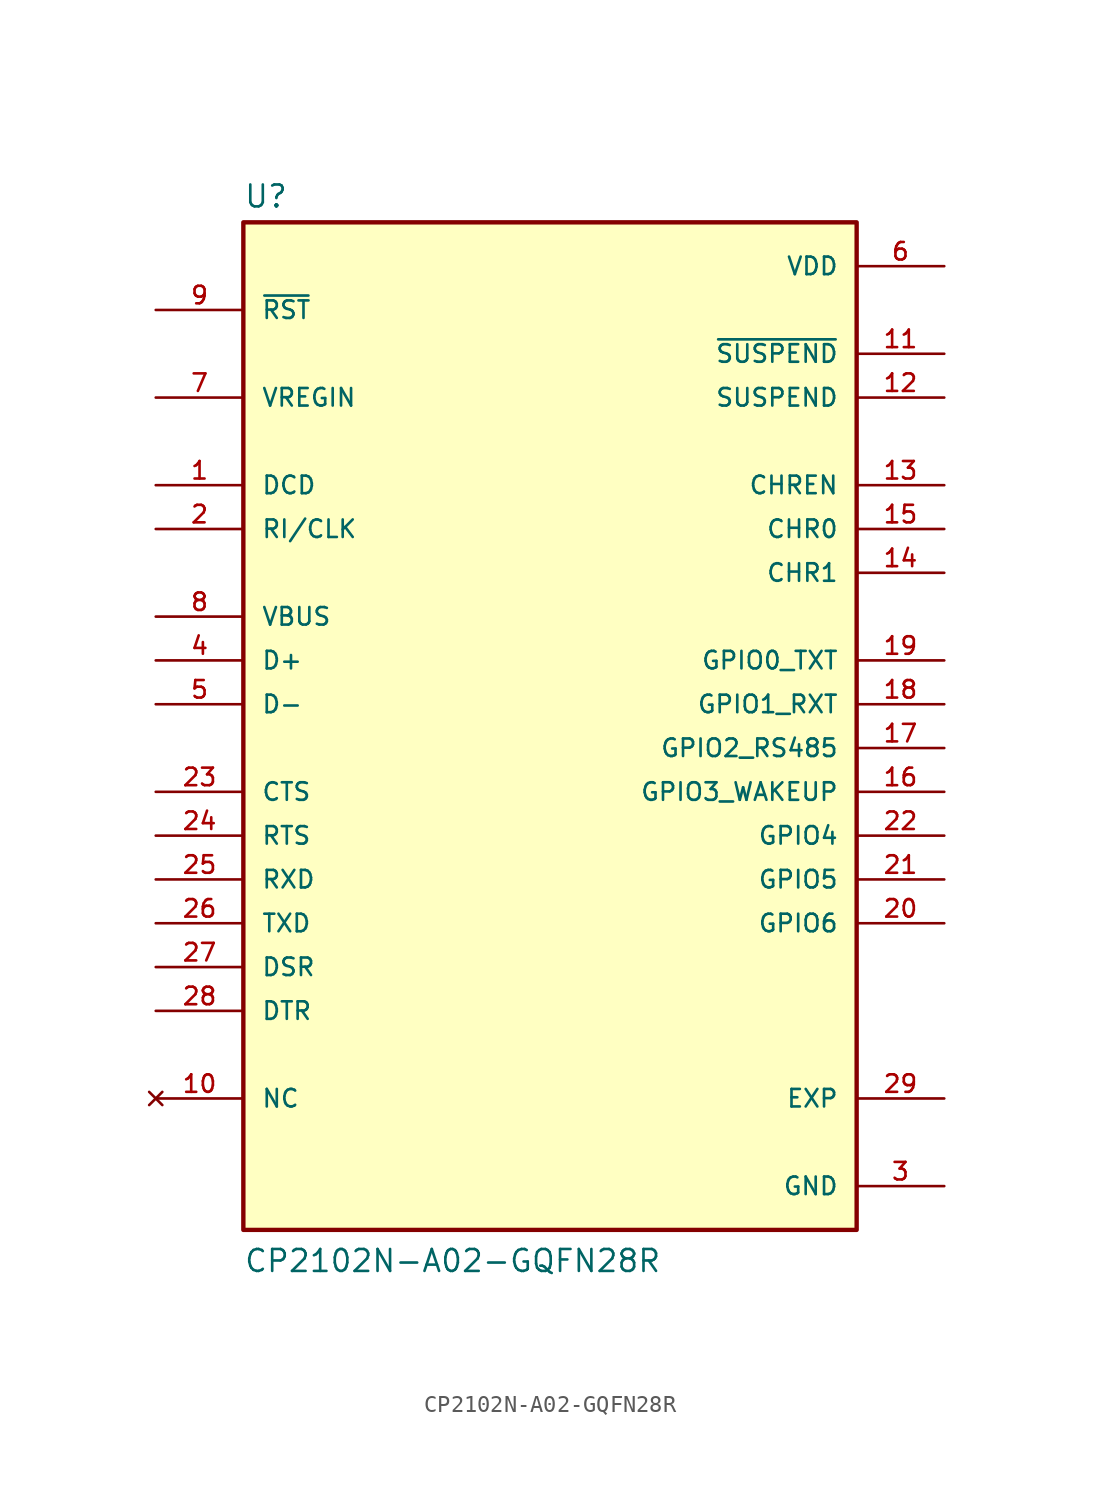
<source format=kicad_sym>
(kicad_symbol_lib
  (version 20211014)
  (generator kicad_symbol_editor)
  (symbol "CP2102N-A02-GQFN28R"
    (pin_names
      (offset 1.016))
    (property "Reference" "U"
      (at -17.78 28.702 0)
      (effects (font (size 1.27 1.27)) (justify bottom left)))
    (property "Value" "CP2102N-A02-GQFN28R"
      (at -17.78 -33.02 0)
      (effects (font (size 1.27 1.27)) (justify bottom left)))
    (symbol "CP2102N-A02-GQFN28R_0_0"
      (rectangle (start -17.78 -30.48) (end 17.78 27.94) (stroke (width 0.254)) (fill (type background)))
      (pin input line (at -22.86 12.7 0) (length 5.08) (name "DCD" (effects (font (size 1.016 1.016)))) (number "1" (effects (font (size 1.016 1.016)))))
      (pin bidirectional line (at -22.86 10.16 0) (length 5.08) (name "RI/CLK" (effects (font (size 1.016 1.016)))) (number "2" (effects (font (size 1.016 1.016)))))
      (pin power_in line (at 22.86 -27.94 180.0) (length 5.08) (name "GND" (effects (font (size 1.016 1.016)))) (number "3" (effects (font (size 1.016 1.016)))))
      (pin bidirectional line (at -22.86 2.54 0) (length 5.08) (name "D+" (effects (font (size 1.016 1.016)))) (number "4" (effects (font (size 1.016 1.016)))))
      (pin bidirectional line (at -22.86 0.0 0) (length 5.08) (name "D-" (effects (font (size 1.016 1.016)))) (number "5" (effects (font (size 1.016 1.016)))))
      (pin power_in line (at 22.86 25.4 180.0) (length 5.08) (name "VDD" (effects (font (size 1.016 1.016)))) (number "6" (effects (font (size 1.016 1.016)))))
      (pin input line (at -22.86 17.78 0) (length 5.08) (name "VREGIN" (effects (font (size 1.016 1.016)))) (number "7" (effects (font (size 1.016 1.016)))))
      (pin input line (at -22.86 5.08 0) (length 5.08) (name "VBUS" (effects (font (size 1.016 1.016)))) (number "8" (effects (font (size 1.016 1.016)))))
      (pin input line (at -22.86 22.86 0) (length 5.08) (name "~{RST}" (effects (font (size 1.016 1.016)))) (number "9" (effects (font (size 1.016 1.016)))))
      (pin no_connect line (at -22.86 -22.86 0) (length 5.08) (name "NC" (effects (font (size 1.016 1.016)))) (number "10" (effects (font (size 1.016 1.016)))))
      (pin output line (at 22.86 20.32 180.0) (length 5.08) (name "~{SUSPEND}" (effects (font (size 1.016 1.016)))) (number "11" (effects (font (size 1.016 1.016)))))
      (pin output line (at 22.86 17.78 180.0) (length 5.08) (name "SUSPEND" (effects (font (size 1.016 1.016)))) (number "12" (effects (font (size 1.016 1.016)))))
      (pin output line (at 22.86 12.7 180.0) (length 5.08) (name "CHREN" (effects (font (size 1.016 1.016)))) (number "13" (effects (font (size 1.016 1.016)))))
      (pin output line (at 22.86 10.16 180.0) (length 5.08) (name "CHR0" (effects (font (size 1.016 1.016)))) (number "15" (effects (font (size 1.016 1.016)))))
      (pin output line (at 22.86 7.62 180.0) (length 5.08) (name "CHR1" (effects (font (size 1.016 1.016)))) (number "14" (effects (font (size 1.016 1.016)))))
      (pin bidirectional line (at 22.86 -5.08 180.0) (length 5.08) (name "GPIO3_WAKEUP" (effects (font (size 1.016 1.016)))) (number "16" (effects (font (size 1.016 1.016)))))
      (pin bidirectional line (at 22.86 -2.54 180.0) (length 5.08) (name "GPIO2_RS485" (effects (font (size 1.016 1.016)))) (number "17" (effects (font (size 1.016 1.016)))))
      (pin bidirectional line (at 22.86 0.0 180.0) (length 5.08) (name "GPIO1_RXT" (effects (font (size 1.016 1.016)))) (number "18" (effects (font (size 1.016 1.016)))))
      (pin bidirectional line (at 22.86 2.54 180.0) (length 5.08) (name "GPIO0_TXT" (effects (font (size 1.016 1.016)))) (number "19" (effects (font (size 1.016 1.016)))))
      (pin bidirectional line (at 22.86 -7.62 180.0) (length 5.08) (name "GPIO4" (effects (font (size 1.016 1.016)))) (number "22" (effects (font (size 1.016 1.016)))))
      (pin bidirectional line (at 22.86 -10.16 180.0) (length 5.08) (name "GPIO5" (effects (font (size 1.016 1.016)))) (number "21" (effects (font (size 1.016 1.016)))))
      (pin bidirectional line (at 22.86 -12.7 180.0) (length 5.08) (name "GPIO6" (effects (font (size 1.016 1.016)))) (number "20" (effects (font (size 1.016 1.016)))))
      (pin input line (at -22.86 -5.08 0) (length 5.08) (name "CTS" (effects (font (size 1.016 1.016)))) (number "23" (effects (font (size 1.016 1.016)))))
      (pin output line (at -22.86 -7.62 0) (length 5.08) (name "RTS" (effects (font (size 1.016 1.016)))) (number "24" (effects (font (size 1.016 1.016)))))
      (pin input line (at -22.86 -10.16 0) (length 5.08) (name "RXD" (effects (font (size 1.016 1.016)))) (number "25" (effects (font (size 1.016 1.016)))))
      (pin output line (at -22.86 -12.7 0) (length 5.08) (name "TXD" (effects (font (size 1.016 1.016)))) (number "26" (effects (font (size 1.016 1.016)))))
      (pin input line (at -22.86 -15.24 0) (length 5.08) (name "DSR" (effects (font (size 1.016 1.016)))) (number "27" (effects (font (size 1.016 1.016)))))
      (pin output line (at -22.86 -17.78 0) (length 5.08) (name "DTR" (effects (font (size 1.016 1.016)))) (number "28" (effects (font (size 1.016 1.016)))))
      (pin power_in line (at 22.86 -22.86 180.0) (length 5.08) (name "EXP" (effects (font (size 1.016 1.016)))) (number "29" (effects (font (size 1.016 1.016))))))))
</source>
